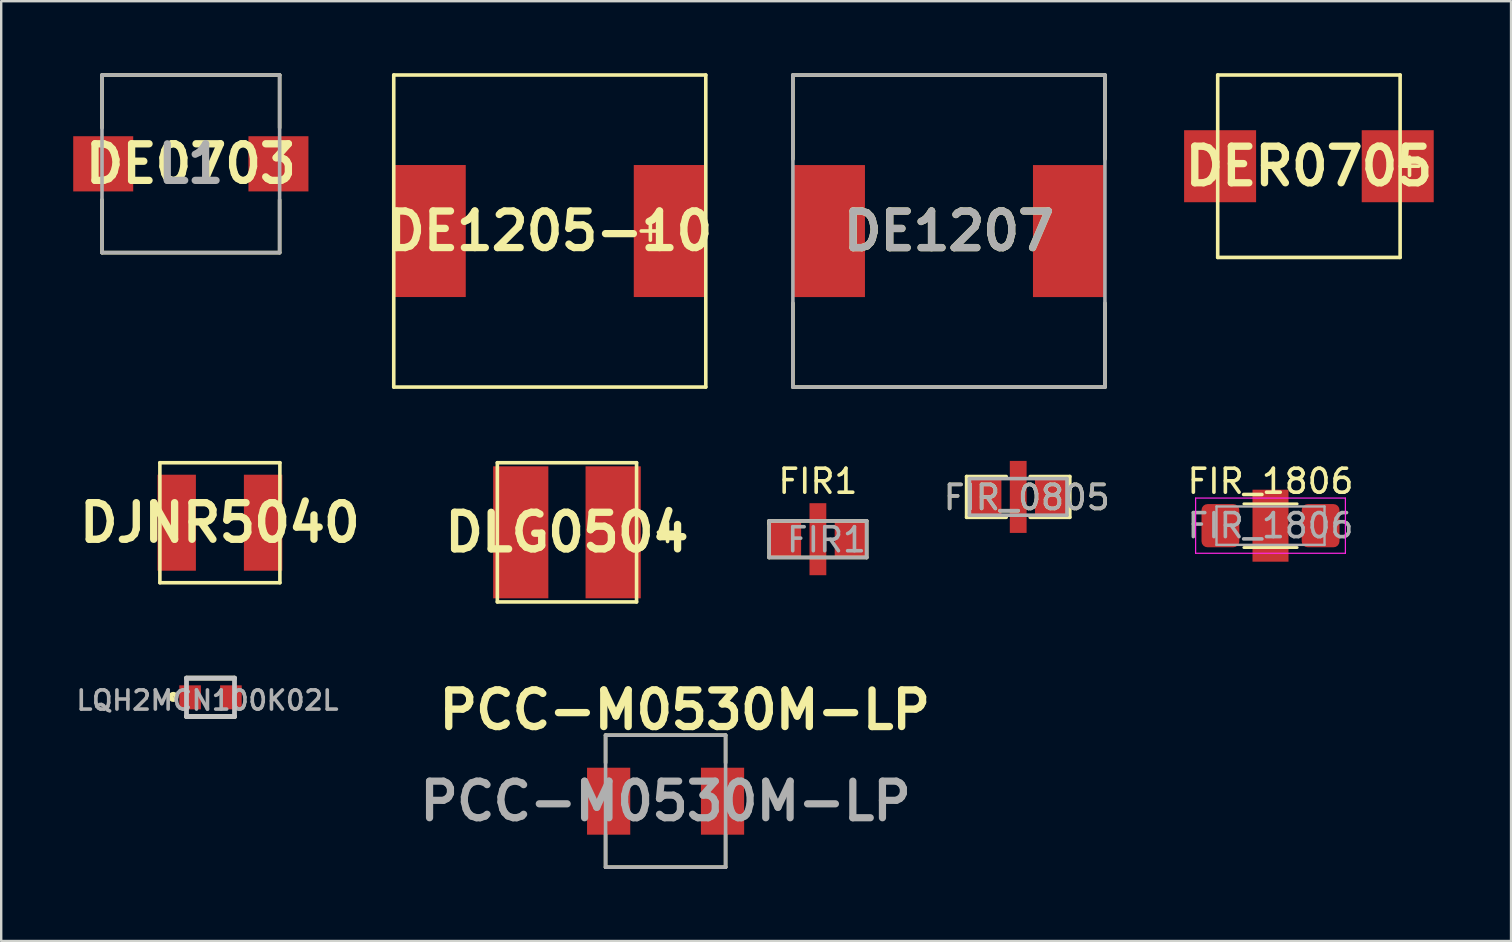
<source format=kicad_pcb>
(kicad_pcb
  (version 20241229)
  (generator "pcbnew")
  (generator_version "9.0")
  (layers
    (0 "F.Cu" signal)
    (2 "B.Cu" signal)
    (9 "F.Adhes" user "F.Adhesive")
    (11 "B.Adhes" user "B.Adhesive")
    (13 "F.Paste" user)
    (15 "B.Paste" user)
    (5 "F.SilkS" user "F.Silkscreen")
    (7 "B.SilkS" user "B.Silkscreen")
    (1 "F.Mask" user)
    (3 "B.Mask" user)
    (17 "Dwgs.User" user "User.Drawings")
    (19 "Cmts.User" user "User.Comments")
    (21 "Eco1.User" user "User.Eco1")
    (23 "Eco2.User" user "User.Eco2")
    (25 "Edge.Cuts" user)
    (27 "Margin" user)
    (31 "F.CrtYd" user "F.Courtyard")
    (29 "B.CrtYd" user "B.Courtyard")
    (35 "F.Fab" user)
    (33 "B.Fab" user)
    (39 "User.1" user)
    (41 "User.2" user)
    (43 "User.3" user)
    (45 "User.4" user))
  (footprint "DJNR5040"
    (layer "F.Cu")
    (at 6.111 18.727)
    (property "Reference" "DJNR5040" (at 0 0 0) (layer "F.SilkS") (effects (font (size 1.524 1.524) (thickness 0.305))))
    (attr through_hole)
    (fp_line (start -2.5 -2.5) (end -2.5 2.5) (stroke (width 0.15) (type solid)) (layer "F.SilkS"))
    (fp_line (start -2.5 2.5) (end 2.5 2.5) (stroke (width 0.15) (type solid)) (layer "F.SilkS"))
    (fp_line (start 2.5 -2.5) (end -2.5 -2.5) (stroke (width 0.15) (type solid)) (layer "F.SilkS"))
    (fp_line (start 2.5 2.5) (end 2.5 -2.5) (stroke (width 0.15) (type solid)) (layer "F.SilkS"))
    (pad "1" smd rect (at 1.8 0) (size 1.6 4) (layers "F.Cu" "F.Mask" "F.Paste"))
    (pad "2" smd rect (at -1.8 0) (size 1.6 4) (layers "F.Cu" "F.Mask" "F.Paste")))
  (footprint "DE0703"
    (layer "F.Cu")
    (at 4.9 3.775)
    (property "Reference" "DE0703" (at 0 0 0) (layer "F.SilkS") (effects (font (size 1.524 1.524) (thickness 0.305))))
    (attr through_hole)
    (fp_line (start -3.7 -3.7) (end -3.7 -1.5) (stroke (width 0.15) (type solid)) (layer "F.SilkS"))
    (fp_line (start -3.7 1.5) (end -3.7 3.7) (stroke (width 0.15) (type solid)) (layer "F.SilkS"))
    (fp_line (start -3.7 3.7) (end 3.7 3.7) (stroke (width 0.15) (type solid)) (layer "F.SilkS"))
    (fp_line (start 3.7 -3.7) (end -3.7 -3.7) (stroke (width 0.15) (type solid)) (layer "F.SilkS"))
    (fp_line (start 3.7 -1.5) (end 3.7 -3.7) (stroke (width 0.15) (type solid)) (layer "F.SilkS"))
    (fp_line (start 3.7 1.5) (end 3.7 3.7) (stroke (width 0.15) (type solid)) (layer "F.SilkS"))
    (fp_line (start -3.7 -3.7) (end -3.7 3.7) (stroke (width 0.15) (type solid)) (layer "F.Fab"))
    (fp_line (start -3.7 3.7) (end 3.7 3.7) (stroke (width 0.15) (type solid)) (layer "F.Fab"))
    (fp_line (start 3.7 -3.7) (end -3.7 -3.7) (stroke (width 0.15) (type solid)) (layer "F.Fab"))
    (fp_line (start 3.7 3.7) (end 3.7 -3.7) (stroke (width 0.15) (type solid)) (layer "F.Fab"))
    (fp_text user "L1" (at 0 0 0) (layer "F.Fab") (effects (font (size 1.524 1.524) (thickness 0.3))))
    (pad "1" smd rect (at 3.65 0) (size 2.5 2.3) (layers "F.Cu" "F.Mask" "F.Paste"))
    (pad "2" smd rect (at -3.65 0) (size 2.5 2.3) (layers "F.Cu" "F.Mask" "F.Paste")))
  (footprint "DER0705"
    (layer "F.Cu")
    (at 51.481 3.875)
    (property "Reference" "DER0705" (at 0 0 0) (layer "F.SilkS") (effects (font (size 1.524 1.524) (thickness 0.305))))
    (attr through_hole)
    (fp_line (start -3.8 -3.8) (end -3.8 3.8) (stroke (width 0.15) (type solid)) (layer "F.SilkS"))
    (fp_line (start -3.8 3.8) (end 3.8 3.8) (stroke (width 0.15) (type solid)) (layer "F.SilkS"))
    (fp_line (start 3.8 -3.8) (end -3.8 -3.8) (stroke (width 0.15) (type solid)) (layer "F.SilkS"))
    (fp_line (start 3.8 3.8) (end 3.8 -3.8) (stroke (width 0.15) (type solid)) (layer "F.SilkS"))
    (fp_line (start 4.191 -0.381) (end 4.191 0.381) (stroke (width 0.15) (type solid)) (layer "F.SilkS"))
    (fp_line (start 4.572 0) (end 3.81 0) (stroke (width 0.15) (type solid)) (layer "F.SilkS"))
    (pad "1" smd rect (at 3.7 0) (size 3 3) (layers "F.Cu" "F.Mask" "F.Paste"))
    (pad "2" smd rect (at -3.7 0) (size 3 3) (layers "F.Cu" "F.Mask" "F.Paste")))
  (footprint "DE1207"
    (layer "F.Cu")
    (at 36.485 6.577)
    (property "Reference" "DE1207" (at 0 0 0) (layer "F.SilkS") (effects (font (size 1.524 1.524) (thickness 0.305))))
    (attr through_hole)
    (fp_line (start -6.5 -6.5) (end -6.5 -3) (stroke (width 0.15) (type solid)) (layer "F.SilkS"))
    (fp_line (start -6.5 3) (end -6.5 6.5) (stroke (width 0.15) (type solid)) (layer "F.SilkS"))
    (fp_line (start -6.5 6.5) (end 6.5 6.5) (stroke (width 0.15) (type solid)) (layer "F.SilkS"))
    (fp_line (start 6.5 -6.5) (end -6.5 -6.5) (stroke (width 0.15) (type solid)) (layer "F.SilkS"))
    (fp_line (start 6.5 -3) (end 6.5 -6.5) (stroke (width 0.15) (type solid)) (layer "F.SilkS"))
    (fp_line (start 6.5 6.5) (end 6.5 3) (stroke (width 0.15) (type solid)) (layer "F.SilkS"))
    (fp_line (start -6.502 -6.502) (end -6.502 6.498) (stroke (width 0.15) (type solid)) (layer "F.Fab"))
    (fp_line (start -6.502 6.498) (end 6.498 6.498) (stroke (width 0.15) (type solid)) (layer "F.Fab"))
    (fp_line (start 6.498 -6.502) (end -6.502 -6.502) (stroke (width 0.15) (type solid)) (layer "F.Fab"))
    (fp_line (start 6.498 6.498) (end 6.498 -6.502) (stroke (width 0.15) (type solid)) (layer "F.Fab"))
    (fp_text user "${REFERENCE}" (at 0 0 0) (layer "F.Fab") (effects (font (size 1.524 1.524) (thickness 0.3))))
    (pad "1" smd rect (at 5 0) (size 3 5.5) (layers "F.Cu" "F.Mask" "F.Paste"))
    (pad "2" smd rect (at -5 0) (size 3 5.5) (layers "F.Cu" "F.Mask" "F.Paste")))
  (footprint "PCC-M0530M-LP"
    (layer "F.Cu")
    (at 24.679 30.329)
    (property "Reference" "PCC-M0530M-LP" (at 0.8 -3.8 0) (layer "F.SilkS") (effects (font (size 1.524 1.524) (thickness 0.305))))
    (attr through_hole)
    (fp_line (start -2.5 -2.75) (end -2.5 -1.6) (stroke (width 0.15) (type solid)) (layer "F.SilkS"))
    (fp_line (start -2.5 1.4) (end -2.5 2.75) (stroke (width 0.15) (type solid)) (layer "F.SilkS"))
    (fp_line (start -2.5 2.75) (end 2.5 2.75) (stroke (width 0.15) (type solid)) (layer "F.SilkS"))
    (fp_line (start 2.5 -2.75) (end -2.5 -2.75) (stroke (width 0.15) (type solid)) (layer "F.SilkS"))
    (fp_line (start 2.5 -1.6) (end 2.5 -2.75) (stroke (width 0.15) (type solid)) (layer "F.SilkS"))
    (fp_line (start 2.5 1.4) (end 2.5 2.75) (stroke (width 0.15) (type solid)) (layer "F.SilkS"))
    (fp_line (start -2.5 -2.75) (end -2.5 2.75) (stroke (width 0.15) (type solid)) (layer "F.Fab"))
    (fp_line (start -2.5 2.75) (end 2.5 2.75) (stroke (width 0.15) (type solid)) (layer "F.Fab"))
    (fp_line (start 2.5 -2.75) (end -2.5 -2.75) (stroke (width 0.15) (type solid)) (layer "F.Fab"))
    (fp_line (start 2.5 2.75) (end 2.5 -2.75) (stroke (width 0.15) (type solid)) (layer "F.Fab"))
    (fp_text user "${REFERENCE}" (at 0 0 0) (layer "F.Fab") (effects (font (size 1.524 1.524) (thickness 0.3))))
    (pad "1" smd rect (at 2.373 0 180) (size 1.8 2.79) (layers "F.Cu" "F.Mask" "F.Paste"))
    (pad "2" smd rect (at -2.372 0) (size 1.8 2.79) (layers "F.Cu" "F.Mask" "F.Paste")))
  (footprint "DE1205-10"
    (layer "F.Cu")
    (at 19.854 6.575)
    (property "Reference" "DE1205-10" (at 0 0 0) (layer "F.SilkS") (effects (font (size 1.524 1.524) (thickness 0.305))))
    (attr through_hole)
    (fp_line (start -6.5 -6.5) (end -6.5 6.5) (stroke (width 0.15) (type solid)) (layer "F.SilkS"))
    (fp_line (start -6.5 6.5) (end 6.5 6.5) (stroke (width 0.15) (type solid)) (layer "F.SilkS"))
    (fp_line (start 4.191 -0.381) (end 4.191 0.381) (stroke (width 0.15) (type solid)) (layer "F.SilkS"))
    (fp_line (start 4.572 0) (end 3.81 0) (stroke (width 0.15) (type solid)) (layer "F.SilkS"))
    (fp_line (start 6.5 -6.5) (end -6.5 -6.5) (stroke (width 0.15) (type solid)) (layer "F.SilkS"))
    (fp_line (start 6.5 6.5) (end 6.5 -6.5) (stroke (width 0.15) (type solid)) (layer "F.SilkS"))
    (pad "1" smd rect (at 5 0) (size 3 5.5) (layers "F.Cu" "F.Mask" "F.Paste"))
    (pad "2" smd rect (at -5 0) (size 3 5.5) (layers "F.Cu" "F.Mask" "F.Paste")))
  (footprint "FIR1"
    (layer "F.Cu")
    (at 31.025 19.414)
    (property "Reference" "FIR1" (at 0 -2.413 0) (layer "F.SilkS") (effects (font (size 1 1) (thickness 0.15))))
    (attr through_hole)
    (fp_line (start -2.032 -0.762) (end -2.032 -0.635) (stroke (width 0.15) (type solid)) (layer "F.SilkS"))
    (fp_line (start -2.032 -0.762) (end 2.032 -0.762) (stroke (width 0.15) (type solid)) (layer "F.SilkS"))
    (fp_line (start -2.032 0.762) (end -2.032 -0.762) (stroke (width 0.15) (type solid)) (layer "F.SilkS"))
    (fp_line (start 2.032 -0.762) (end 2.032 0.762) (stroke (width 0.15) (type solid)) (layer "F.SilkS"))
    (fp_line (start 2.032 0.762) (end -2.032 0.762) (stroke (width 0.15) (type solid)) (layer "F.SilkS"))
    (fp_line (start -2.032 -0.762) (end 2.032 -0.762) (stroke (width 0.15) (type solid)) (layer "F.Fab"))
    (fp_line (start -2.032 0.762) (end -2.032 -0.762) (stroke (width 0.15) (type solid)) (layer "F.Fab"))
    (fp_line (start 2.032 -0.762) (end 2.032 0.762) (stroke (width 0.15) (type solid)) (layer "F.Fab"))
    (fp_line (start 2.032 0.762) (end -2.032 0.762) (stroke (width 0.15) (type solid)) (layer "F.Fab"))
    (fp_text user "${REFERENCE}" (at 0.356 0.025 0) (layer "F.Fab") (effects (font (size 1 1) (thickness 0.15))))
    (pad "1" smd rect (at -1.35 0) (size 1.3 1.5) (layers "F.Cu" "F.Mask" "F.Paste"))
    (pad "2" smd rect (at 0 0) (size 0.7 3) (layers "F.Cu" "F.Mask" "F.Paste"))
    (pad "3" smd rect (at 1.35 0) (size 1.3 1.5) (layers "F.Cu" "F.Mask" "F.Paste")))
  (footprint "DLG0504"
    (layer "F.Cu")
    (at 20.57 19.127)
    (property "Reference" "DLG0504" (at 0 0 0) (layer "F.SilkS") (effects (font (size 1.524 1.524) (thickness 0.305))))
    (attr through_hole)
    (fp_line (start -2.9 -2.9) (end -2.9 2.9) (stroke (width 0.15) (type solid)) (layer "F.SilkS"))
    (fp_line (start -2.9 2.9) (end 2.9 2.9) (stroke (width 0.15) (type solid)) (layer "F.SilkS"))
    (fp_line (start 2.9 -2.9) (end -2.9 -2.9) (stroke (width 0.15) (type solid)) (layer "F.SilkS"))
    (fp_line (start 2.9 2.9) (end 2.9 -2.9) (stroke (width 0.15) (type solid)) (layer "F.SilkS"))
    (fp_line (start 4.191 -0.381) (end 4.191 0.381) (stroke (width 0.15) (type solid)) (layer "F.SilkS"))
    (fp_line (start 4.572 0) (end 3.81 0) (stroke (width 0.15) (type solid)) (layer "F.SilkS"))
    (pad "1" smd rect (at 1.925 0) (size 2.3 5.5) (layers "F.Cu" "F.Mask" "F.Paste"))
    (pad "2" smd rect (at -1.925 0) (size 2.3 5.5) (layers "F.Cu" "F.Mask" "F.Paste")))
  (footprint "FIR_0805"
    (layer "F.Cu")
    (at 39.37 17.652)
    (property "Reference" "FIR_0805" (at 0.356 0.025 0) (layer "F.SilkS") (effects (font (size 1 1) (thickness 0.15))))
    (attr through_hole)
    (fp_line (start -2.15 -0.85) (end -0.5 -0.85) (stroke (width 0.15) (type solid)) (layer "F.SilkS"))
    (fp_line (start -2.15 0.85) (end -2.15 -0.85) (stroke (width 0.15) (type solid)) (layer "F.SilkS"))
    (fp_line (start -0.5 0.85) (end -2.15 0.85) (stroke (width 0.15) (type solid)) (layer "F.SilkS"))
    (fp_line (start 0.5 -0.85) (end 2.15 -0.85) (stroke (width 0.15) (type solid)) (layer "F.SilkS"))
    (fp_line (start 2.15 -0.85) (end 2.15 0.85) (stroke (width 0.15) (type solid)) (layer "F.SilkS"))
    (fp_line (start 2.15 0.85) (end 0.5 0.85) (stroke (width 0.15) (type solid)) (layer "F.SilkS"))
    (fp_line (start -2.032 -0.762) (end 2.032 -0.762) (stroke (width 0.15) (type solid)) (layer "F.Fab"))
    (fp_line (start -2.032 0.762) (end -2.032 -0.762) (stroke (width 0.15) (type solid)) (layer "F.Fab"))
    (fp_line (start 2.032 -0.762) (end 2.032 0.762) (stroke (width 0.15) (type solid)) (layer "F.Fab"))
    (fp_line (start 2.032 0.762) (end -2.032 0.762) (stroke (width 0.15) (type solid)) (layer "F.Fab"))
    (fp_text user "${REFERENCE}" (at 0.356 0.025 0) (layer "F.Fab") (effects (font (size 1 1) (thickness 0.15))))
    (pad "1" smd rect (at -1.35 0) (size 1.3 1.5) (layers "F.Cu" "F.Mask" "F.Paste"))
    (pad "2" smd rect (at 0 0) (size 0.7 3) (layers "F.Cu" "F.Mask" "F.Paste"))
    (pad "3" smd rect (at 1.35 0) (size 1.3 1.5) (layers "F.Cu" "F.Mask" "F.Paste")))
  (footprint "LQH2MCN100K02L"
    (layer "F.Cu")
    (at 5.72 26.002)
    (property "Reference" "LQH2MCN100K02L" (at -0.127 0.127 0) (layer "F.Fab") (effects (font (size 0.8 0.8) (thickness 0.15))))
    (attr smd)
    (fp_line (start -1 -0.8) (end 1 -0.8) (stroke (width 0.2) (type solid)) (layer "F.SilkS"))
    (fp_line (start 1 0.8) (end -1 0.8) (stroke (width 0.2) (type solid)) (layer "F.SilkS"))
    (fp_circle (center -1.551 -0.018) (end -1.551 -0.007) (stroke (width 0.2) (type solid)) (fill no) (layer "F.SilkS"))
    (fp_line (start -1 -0.8) (end 1 -0.8) (stroke (width 0.2) (type solid)) (layer "Dwgs.User"))
    (fp_line (start -1 0.8) (end -1 -0.8) (stroke (width 0.2) (type solid)) (layer "Dwgs.User"))
    (fp_line (start 1 -0.8) (end 1 0.8) (stroke (width 0.2) (type solid)) (layer "Dwgs.User"))
    (fp_line (start 1 0.8) (end -1 0.8) (stroke (width 0.2) (type solid)) (layer "Dwgs.User"))
    (pad "1" smd rect (at -0.85 0) (size 0.9 1) (layers "F.Cu" "F.Mask" "F.Paste"))
    (pad "2" smd rect (at 0.85 0) (size 0.9 1) (layers "F.Cu" "F.Mask" "F.Paste")))
  (footprint "FIR_1806"
    (layer "F.Cu")
    (at 49.881 18.851)
    (property "Reference" "FIR_1806" (at 0 -1.85 0) (layer "F.SilkS") (effects (font (size 1 1) (thickness 0.15))))
    (attr smd)
    (fp_line (start -1.111 -0.91) (end 1.111 -0.91) (stroke (width 0.12) (type solid)) (layer "F.SilkS"))
    (fp_line (start -1.111 0.91) (end 1.111 0.91) (stroke (width 0.12) (type solid)) (layer "F.SilkS"))
    (fp_line (start -3.12 -1.15) (end 3.12 -1.15) (stroke (width 0.05) (type solid)) (layer "F.CrtYd"))
    (fp_line (start -3.12 1.15) (end -3.12 -1.15) (stroke (width 0.05) (type solid)) (layer "F.CrtYd"))
    (fp_line (start 3.12 -1.15) (end 3.12 1.15) (stroke (width 0.05) (type solid)) (layer "F.CrtYd"))
    (fp_line (start 3.12 1.15) (end -3.12 1.15) (stroke (width 0.05) (type solid)) (layer "F.CrtYd"))
    (fp_line (start -2.25 -0.8) (end 2.25 -0.8) (stroke (width 0.1) (type solid)) (layer "F.Fab"))
    (fp_line (start -2.25 0.8) (end -2.25 -0.8) (stroke (width 0.1) (type solid)) (layer "F.Fab"))
    (fp_line (start 2.25 -0.8) (end 2.25 0.8) (stroke (width 0.1) (type solid)) (layer "F.Fab"))
    (fp_line (start 2.25 0.8) (end -2.25 0.8) (stroke (width 0.1) (type solid)) (layer "F.Fab"))
    (fp_text user "${REFERENCE}" (at 0 0 0) (layer "F.Fab") (effects (font (size 1 1) (thickness 0.15))))
    (pad "1" smd roundrect (at -2.087 0) (size 1.575 1.8) (layers "F.Cu" "F.Mask" "F.Paste") (roundrect_rratio 0.159))
    (pad "2" smd trapezoid (at 0 0) (size 1.5 3) (layers "F.Cu" "F.Mask" "F.Paste"))
    (pad "3" smd roundrect (at 2.087 0) (size 1.575 1.8) (layers "F.Cu" "F.Mask" "F.Paste") (roundrect_rratio 0.159)))
  (gr_rect
    (start -3 -3)
    (end 59.902 36.154)
    (stroke (width 0.1) (type default))
    (fill no)
    (layer "Edge.Cuts")))
</source>
